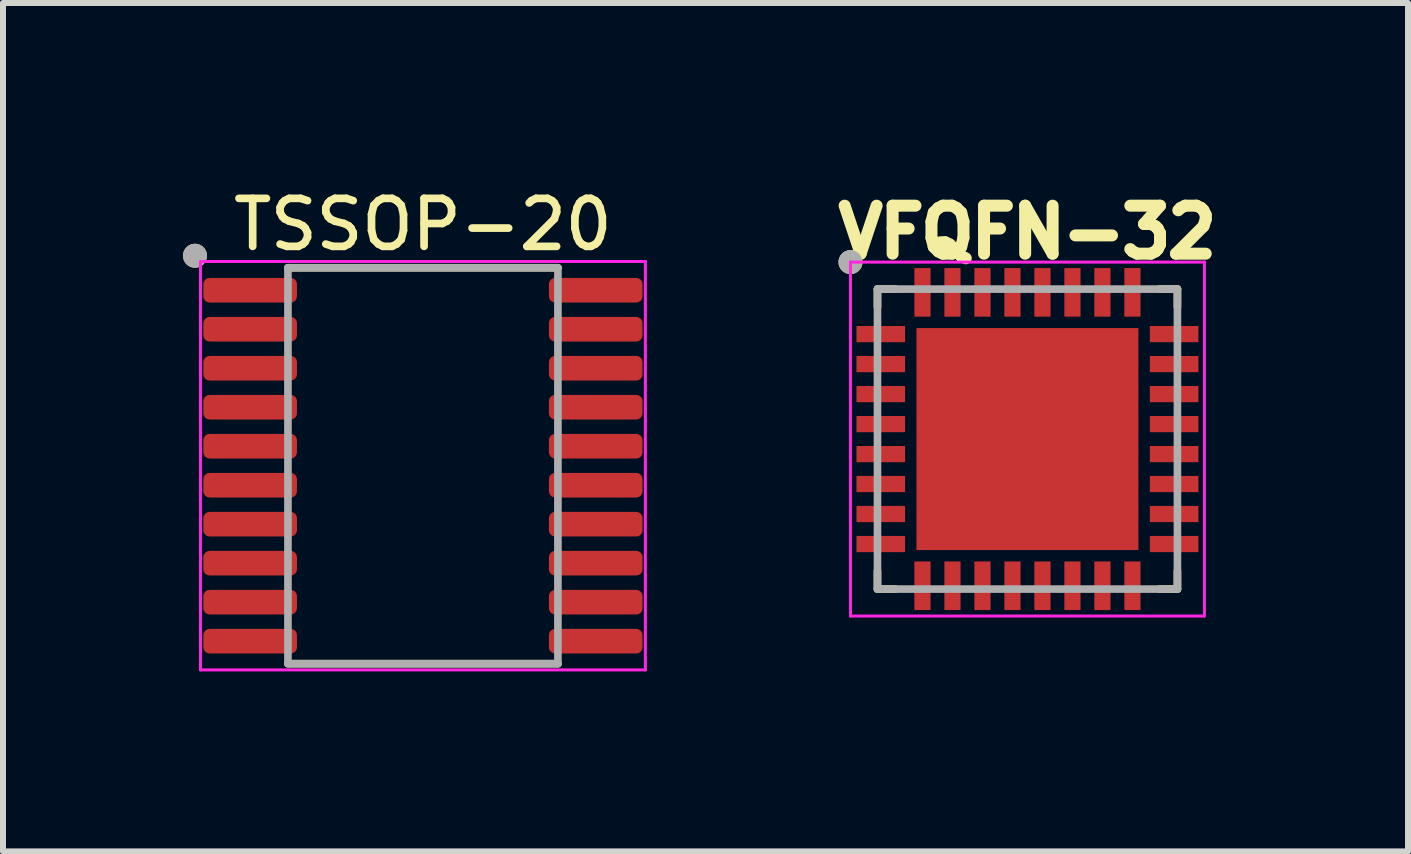
<source format=kicad_pcb>
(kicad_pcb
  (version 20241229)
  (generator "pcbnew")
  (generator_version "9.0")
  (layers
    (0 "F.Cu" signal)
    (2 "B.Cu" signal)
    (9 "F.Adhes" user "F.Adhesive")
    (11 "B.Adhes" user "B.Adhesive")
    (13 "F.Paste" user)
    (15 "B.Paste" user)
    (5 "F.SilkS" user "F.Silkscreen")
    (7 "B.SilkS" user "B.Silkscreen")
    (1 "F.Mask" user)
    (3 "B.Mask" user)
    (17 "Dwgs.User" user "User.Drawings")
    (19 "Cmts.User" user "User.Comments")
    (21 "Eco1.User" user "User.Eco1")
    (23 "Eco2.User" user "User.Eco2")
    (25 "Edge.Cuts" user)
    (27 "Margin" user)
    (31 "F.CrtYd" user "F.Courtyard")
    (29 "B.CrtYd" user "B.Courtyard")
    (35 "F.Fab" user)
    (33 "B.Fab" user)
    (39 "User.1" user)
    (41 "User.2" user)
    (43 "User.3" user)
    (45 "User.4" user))
  (footprint "VFQFN-32"
    (layer "F.Cu")
    (at 14.077 4.269)
    (property "Reference" "VFQFN-32" (at 0 -3.45 0) (layer "F.SilkS") (effects (font (size 0.8 0.8) (thickness 0.2) (bold yes))))
    (attr smd)
    (fp_line (start -2.5 -2.5) (end -2.5 -2.2) (stroke (width 0.127) (type solid)) (layer "F.SilkS"))
    (fp_line (start -2.5 -2.5) (end -2.2 -2.5) (stroke (width 0.127) (type solid)) (layer "F.SilkS"))
    (fp_line (start -2.5 2.5) (end -2.5 2.2) (stroke (width 0.127) (type solid)) (layer "F.SilkS"))
    (fp_line (start -2.5 2.5) (end -2.2 2.5) (stroke (width 0.127) (type solid)) (layer "F.SilkS"))
    (fp_line (start 2.5 -2.5) (end 2.2 -2.5) (stroke (width 0.127) (type solid)) (layer "F.SilkS"))
    (fp_line (start 2.5 -2.5) (end 2.5 -2.2) (stroke (width 0.127) (type solid)) (layer "F.SilkS"))
    (fp_line (start 2.5 2.5) (end 2.2 2.5) (stroke (width 0.127) (type solid)) (layer "F.SilkS"))
    (fp_line (start 2.5 2.5) (end 2.5 2.2) (stroke (width 0.127) (type solid)) (layer "F.SilkS"))
    (fp_circle (center -2.95 -2.95) (end -2.85 -2.95) (stroke (width 0.2) (type solid)) (fill no) (layer "F.SilkS"))
    (fp_poly (pts (xy -1.17 -1.17) (xy 1.17 -1.17) (xy 1.17 1.17) (xy -1.17 1.17)) (stroke (width 0.01) (type solid)) (fill yes) (layer "F.Paste"))
    (fp_line (start -2.95 -2.95) (end 2.95 -2.95) (stroke (width 0.05) (type solid)) (layer "F.CrtYd"))
    (fp_line (start -2.95 2.95) (end -2.95 -2.95) (stroke (width 0.05) (type solid)) (layer "F.CrtYd"))
    (fp_line (start -2.95 2.95) (end 2.95 2.95) (stroke (width 0.05) (type solid)) (layer "F.CrtYd"))
    (fp_line (start 2.95 2.95) (end 2.95 -2.95) (stroke (width 0.05) (type solid)) (layer "F.CrtYd"))
    (fp_line (start -2.5 2.5) (end -2.5 -2.5) (stroke (width 0.127) (type solid)) (layer "F.Fab"))
    (fp_line (start 2.5 -2.5) (end -2.5 -2.5) (stroke (width 0.127) (type solid)) (layer "F.Fab"))
    (fp_line (start 2.5 2.5) (end -2.5 2.5) (stroke (width 0.127) (type solid)) (layer "F.Fab"))
    (fp_line (start 2.5 2.5) (end 2.5 -2.5) (stroke (width 0.127) (type solid)) (layer "F.Fab"))
    (fp_circle (center -2.95 -2.95) (end -2.85 -2.95) (stroke (width 0.2) (type solid)) (fill no) (layer "F.Fab"))
    (pad "1" smd roundrect (at -2.445 -1.75) (size 0.81 0.27) (layers "F.Cu" "F.Mask" "F.Paste") (roundrect_rratio 0.03))
    (pad "2" smd roundrect (at -2.445 -1.25) (size 0.81 0.27) (layers "F.Cu" "F.Mask" "F.Paste") (roundrect_rratio 0.03))
    (pad "3" smd roundrect (at -2.445 -0.75) (size 0.81 0.27) (layers "F.Cu" "F.Mask" "F.Paste") (roundrect_rratio 0.03))
    (pad "4" smd roundrect (at -2.445 -0.25) (size 0.81 0.27) (layers "F.Cu" "F.Mask" "F.Paste") (roundrect_rratio 0.03))
    (pad "5" smd roundrect (at -2.445 0.25) (size 0.81 0.27) (layers "F.Cu" "F.Mask" "F.Paste") (roundrect_rratio 0.03))
    (pad "6" smd roundrect (at -2.445 0.75) (size 0.81 0.27) (layers "F.Cu" "F.Mask" "F.Paste") (roundrect_rratio 0.03))
    (pad "7" smd roundrect (at -2.445 1.25) (size 0.81 0.27) (layers "F.Cu" "F.Mask" "F.Paste") (roundrect_rratio 0.03))
    (pad "8" smd roundrect (at -2.445 1.75) (size 0.81 0.27) (layers "F.Cu" "F.Mask" "F.Paste") (roundrect_rratio 0.03))
    (pad "9" smd roundrect (at -1.75 2.445 90) (size 0.81 0.27) (layers "F.Cu" "F.Mask" "F.Paste") (roundrect_rratio 0.03))
    (pad "10" smd roundrect (at -1.25 2.445 90) (size 0.81 0.27) (layers "F.Cu" "F.Mask" "F.Paste") (roundrect_rratio 0.03))
    (pad "11" smd roundrect (at -0.75 2.445 90) (size 0.81 0.27) (layers "F.Cu" "F.Mask" "F.Paste") (roundrect_rratio 0.03))
    (pad "12" smd roundrect (at -0.25 2.445 90) (size 0.81 0.27) (layers "F.Cu" "F.Mask" "F.Paste") (roundrect_rratio 0.03))
    (pad "13" smd roundrect (at 0.25 2.445 90) (size 0.81 0.27) (layers "F.Cu" "F.Mask" "F.Paste") (roundrect_rratio 0.03))
    (pad "14" smd roundrect (at 0.75 2.445 90) (size 0.81 0.27) (layers "F.Cu" "F.Mask" "F.Paste") (roundrect_rratio 0.03))
    (pad "15" smd roundrect (at 1.25 2.445 90) (size 0.81 0.27) (layers "F.Cu" "F.Mask" "F.Paste") (roundrect_rratio 0.03))
    (pad "16" smd roundrect (at 1.75 2.445 90) (size 0.81 0.27) (layers "F.Cu" "F.Mask" "F.Paste") (roundrect_rratio 0.03))
    (pad "17" smd roundrect (at 2.445 1.75) (size 0.81 0.27) (layers "F.Cu" "F.Mask" "F.Paste") (roundrect_rratio 0.03))
    (pad "18" smd roundrect (at 2.445 1.25) (size 0.81 0.27) (layers "F.Cu" "F.Mask" "F.Paste") (roundrect_rratio 0.03))
    (pad "19" smd roundrect (at 2.445 0.75) (size 0.81 0.27) (layers "F.Cu" "F.Mask" "F.Paste") (roundrect_rratio 0.03))
    (pad "20" smd roundrect (at 2.445 0.25) (size 0.81 0.27) (layers "F.Cu" "F.Mask" "F.Paste") (roundrect_rratio 0.03))
    (pad "21" smd roundrect (at 2.445 -0.25) (size 0.81 0.27) (layers "F.Cu" "F.Mask" "F.Paste") (roundrect_rratio 0.03))
    (pad "22" smd roundrect (at 2.445 -0.75) (size 0.81 0.27) (layers "F.Cu" "F.Mask" "F.Paste") (roundrect_rratio 0.03))
    (pad "23" smd roundrect (at 2.445 -1.25) (size 0.81 0.27) (layers "F.Cu" "F.Mask" "F.Paste") (roundrect_rratio 0.03))
    (pad "24" smd roundrect (at 2.445 -1.75) (size 0.81 0.27) (layers "F.Cu" "F.Mask" "F.Paste") (roundrect_rratio 0.03))
    (pad "25" smd roundrect (at 1.75 -2.445 90) (size 0.81 0.27) (layers "F.Cu" "F.Mask" "F.Paste") (roundrect_rratio 0.03))
    (pad "26" smd roundrect (at 1.25 -2.445 90) (size 0.81 0.27) (layers "F.Cu" "F.Mask" "F.Paste") (roundrect_rratio 0.03))
    (pad "27" smd roundrect (at 0.75 -2.445 90) (size 0.81 0.27) (layers "F.Cu" "F.Mask" "F.Paste") (roundrect_rratio 0.03))
    (pad "28" smd roundrect (at 0.25 -2.445 90) (size 0.81 0.27) (layers "F.Cu" "F.Mask" "F.Paste") (roundrect_rratio 0.03))
    (pad "29" smd roundrect (at -0.25 -2.445 90) (size 0.81 0.27) (layers "F.Cu" "F.Mask" "F.Paste") (roundrect_rratio 0.03))
    (pad "30" smd roundrect (at -0.75 -2.445 90) (size 0.81 0.27) (layers "F.Cu" "F.Mask" "F.Paste") (roundrect_rratio 0.03))
    (pad "31" smd roundrect (at -1.25 -2.445 90) (size 0.81 0.27) (layers "F.Cu" "F.Mask" "F.Paste") (roundrect_rratio 0.03))
    (pad "32" smd roundrect (at -1.75 -2.445 90) (size 0.81 0.27) (layers "F.Cu" "F.Mask" "F.Paste") (roundrect_rratio 0.03))
    (pad "33" smd rect (at 0 0) (size 3.7 3.7) (layers "F.Cu" "F.Mask")))
  (footprint "TSSOP-20"
    (layer "F.Cu")
    (at 4 4.713)
    (property "Reference" "TSSOP-20" (at 0 -4.02 0) (layer "F.SilkS") (effects (font (size 0.8 0.8) (thickness 0.128) (bold yes))))
    (attr smd)
    (fp_line (start -2.25 3.3) (end 2.25 3.3) (stroke (width 0.127) (type solid)) (layer "F.SilkS"))
    (fp_line (start 2.25 -3.3) (end -2.25 -3.3) (stroke (width 0.127) (type solid)) (layer "F.SilkS"))
    (fp_circle (center -3.8 -3.5) (end -3.7 -3.5) (stroke (width 0.2) (type solid)) (fill no) (layer "F.SilkS"))
    (fp_line (start -3.708 -3.404) (end 3.708 -3.404) (stroke (width 0.05) (type solid)) (layer "F.CrtYd"))
    (fp_line (start -3.708 3.404) (end -3.708 -3.378) (stroke (width 0.05) (type solid)) (layer "F.CrtYd"))
    (fp_line (start 3.708 -3.404) (end 3.708 3.404) (stroke (width 0.05) (type solid)) (layer "F.CrtYd"))
    (fp_line (start 3.708 3.404) (end -3.708 3.404) (stroke (width 0.05) (type solid)) (layer "F.CrtYd"))
    (fp_line (start -2.25 -3.3) (end 2.25 -3.3) (stroke (width 0.127) (type solid)) (layer "F.Fab"))
    (fp_line (start -2.25 3.3) (end -2.25 -3.3) (stroke (width 0.127) (type solid)) (layer "F.Fab"))
    (fp_line (start 2.25 -3.3) (end 2.25 3.3) (stroke (width 0.127) (type solid)) (layer "F.Fab"))
    (fp_line (start 2.25 3.3) (end -2.25 3.3) (stroke (width 0.127) (type solid)) (layer "F.Fab"))
    (fp_circle (center -3.8 -3.5) (end -3.7 -3.5) (stroke (width 0.2) (type solid)) (fill no) (layer "F.Fab"))
    (pad "1" smd roundrect (at -2.88 -2.925) (size 1.56 0.41) (layers "F.Cu" "F.Mask" "F.Paste") (roundrect_rratio 0.25))
    (pad "2" smd roundrect (at -2.88 -2.275) (size 1.56 0.41) (layers "F.Cu" "F.Mask" "F.Paste") (roundrect_rratio 0.25))
    (pad "3" smd roundrect (at -2.88 -1.625) (size 1.56 0.41) (layers "F.Cu" "F.Mask" "F.Paste") (roundrect_rratio 0.25))
    (pad "4" smd roundrect (at -2.88 -0.975) (size 1.56 0.41) (layers "F.Cu" "F.Mask" "F.Paste") (roundrect_rratio 0.25))
    (pad "5" smd roundrect (at -2.88 -0.325) (size 1.56 0.41) (layers "F.Cu" "F.Mask" "F.Paste") (roundrect_rratio 0.25))
    (pad "6" smd roundrect (at -2.88 0.325) (size 1.56 0.41) (layers "F.Cu" "F.Mask" "F.Paste") (roundrect_rratio 0.25))
    (pad "7" smd roundrect (at -2.88 0.975) (size 1.56 0.41) (layers "F.Cu" "F.Mask" "F.Paste") (roundrect_rratio 0.25))
    (pad "8" smd roundrect (at -2.88 1.625) (size 1.56 0.41) (layers "F.Cu" "F.Mask" "F.Paste") (roundrect_rratio 0.25))
    (pad "9" smd roundrect (at -2.88 2.275) (size 1.56 0.41) (layers "F.Cu" "F.Mask" "F.Paste") (roundrect_rratio 0.25))
    (pad "10" smd roundrect (at -2.88 2.925) (size 1.56 0.41) (layers "F.Cu" "F.Mask" "F.Paste") (roundrect_rratio 0.25))
    (pad "11" smd roundrect (at 2.88 2.925) (size 1.56 0.41) (layers "F.Cu" "F.Mask" "F.Paste") (roundrect_rratio 0.25))
    (pad "12" smd roundrect (at 2.88 2.275) (size 1.56 0.41) (layers "F.Cu" "F.Mask" "F.Paste") (roundrect_rratio 0.25))
    (pad "13" smd roundrect (at 2.88 1.625) (size 1.56 0.41) (layers "F.Cu" "F.Mask" "F.Paste") (roundrect_rratio 0.25))
    (pad "14" smd roundrect (at 2.88 0.975) (size 1.56 0.41) (layers "F.Cu" "F.Mask" "F.Paste") (roundrect_rratio 0.25))
    (pad "15" smd roundrect (at 2.88 0.325) (size 1.56 0.41) (layers "F.Cu" "F.Mask" "F.Paste") (roundrect_rratio 0.25))
    (pad "16" smd roundrect (at 2.88 -0.325) (size 1.56 0.41) (layers "F.Cu" "F.Mask" "F.Paste") (roundrect_rratio 0.25))
    (pad "17" smd roundrect (at 2.88 -0.975) (size 1.56 0.41) (layers "F.Cu" "F.Mask" "F.Paste") (roundrect_rratio 0.25))
    (pad "18" smd roundrect (at 2.88 -1.625) (size 1.56 0.41) (layers "F.Cu" "F.Mask" "F.Paste") (roundrect_rratio 0.25))
    (pad "19" smd roundrect (at 2.88 -2.275) (size 1.56 0.41) (layers "F.Cu" "F.Mask" "F.Paste") (roundrect_rratio 0.25))
    (pad "20" smd roundrect (at 2.88 -2.925) (size 1.56 0.41) (layers "F.Cu" "F.Mask" "F.Paste") (roundrect_rratio 0.25)))
  (gr_rect
    (start -3 -3)
    (end 20.421 11.142)
    (stroke (width 0.1) (type default))
    (fill no)
    (layer "Edge.Cuts")))
</source>
